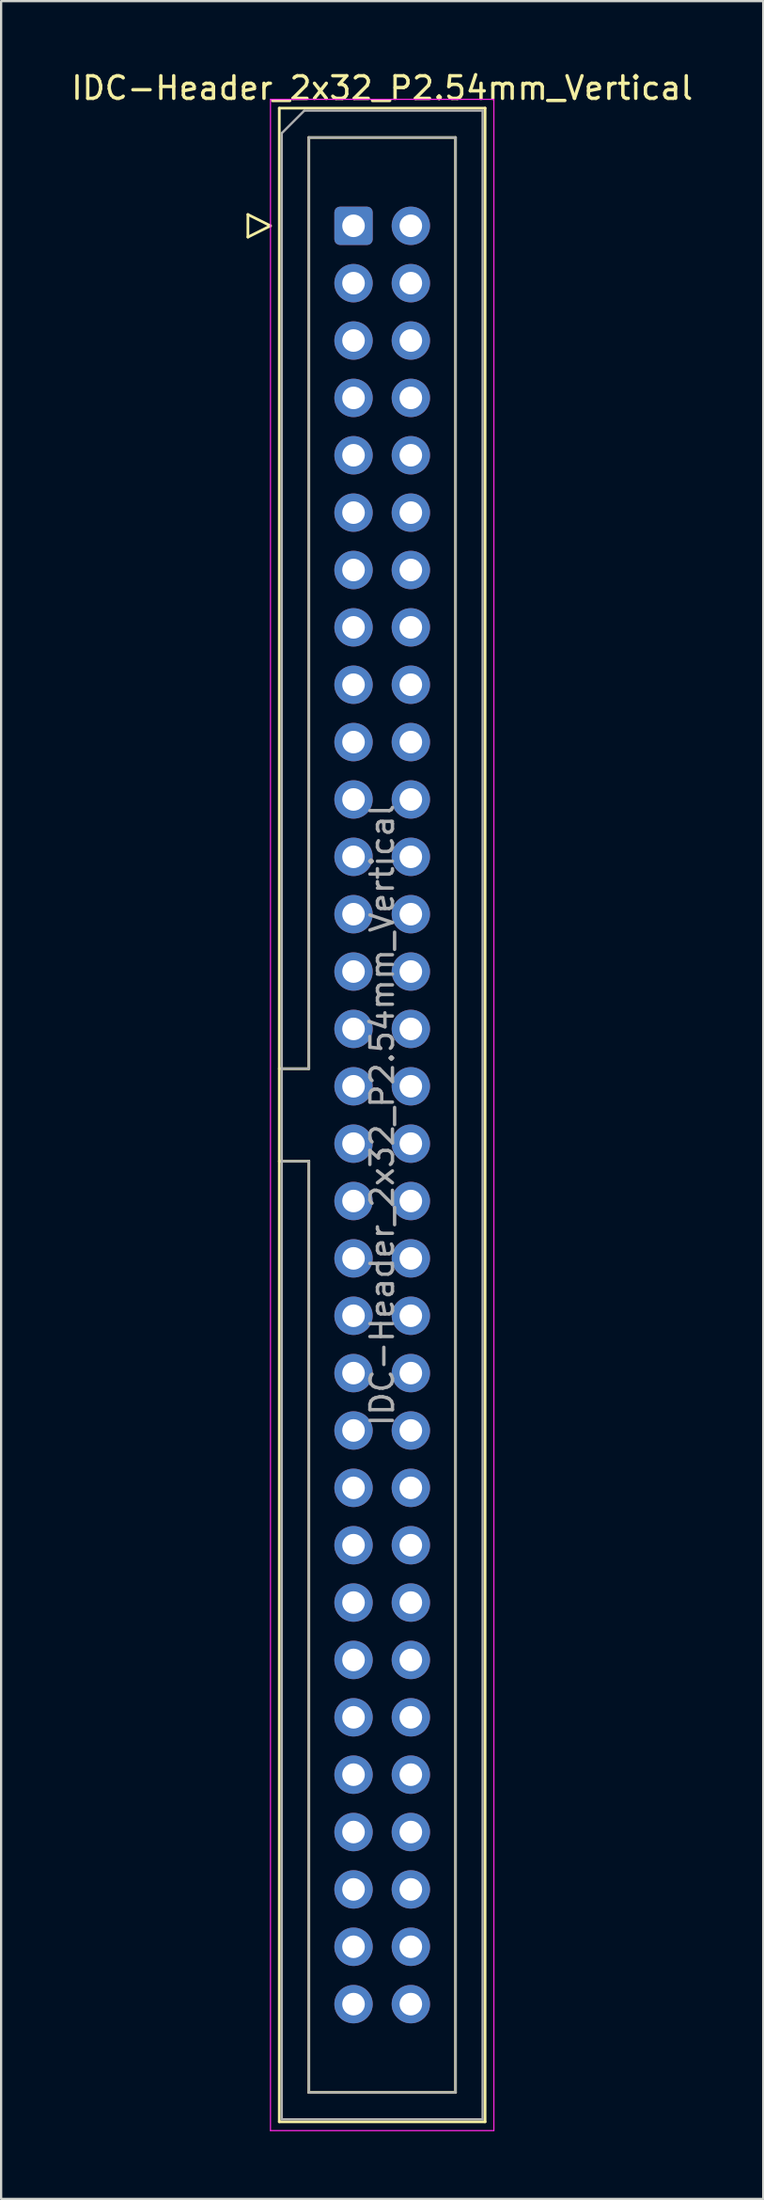
<source format=kicad_pcb>
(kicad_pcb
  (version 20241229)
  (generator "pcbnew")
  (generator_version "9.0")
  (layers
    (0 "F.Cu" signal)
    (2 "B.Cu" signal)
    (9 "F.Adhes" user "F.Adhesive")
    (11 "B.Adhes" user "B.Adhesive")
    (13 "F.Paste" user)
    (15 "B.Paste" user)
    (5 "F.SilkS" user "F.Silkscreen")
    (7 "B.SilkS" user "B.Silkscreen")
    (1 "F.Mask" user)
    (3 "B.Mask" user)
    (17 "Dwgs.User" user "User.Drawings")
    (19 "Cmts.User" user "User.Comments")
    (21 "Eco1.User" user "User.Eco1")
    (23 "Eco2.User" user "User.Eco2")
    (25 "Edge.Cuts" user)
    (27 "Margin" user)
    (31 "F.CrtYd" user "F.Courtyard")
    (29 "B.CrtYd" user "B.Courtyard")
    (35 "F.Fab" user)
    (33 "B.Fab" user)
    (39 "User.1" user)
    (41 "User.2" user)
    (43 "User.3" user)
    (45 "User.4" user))
  (footprint "IDC-Header_2x32_P2.54mm_Vertical"
    (layer "F.Cu")
    (at 12.617 6.948)
    (property "Reference" "IDC-Header_2x32_P2.54mm_Vertical" (at 1.27 -6.1 0) (layer "F.SilkS") (effects (font (size 1 1) (thickness 0.15))))
    (attr through_hole)
    (fp_line (start -4.68 -0.5) (end -4.68 0.5) (stroke (width 0.12) (type solid)) (layer "F.SilkS"))
    (fp_line (start -4.68 0.5) (end -3.68 0) (stroke (width 0.12) (type solid)) (layer "F.SilkS"))
    (fp_line (start -3.68 0) (end -4.68 -0.5) (stroke (width 0.12) (type solid)) (layer "F.SilkS"))
    (fp_line (start -3.29 -5.21) (end 5.83 -5.21) (stroke (width 0.12) (type solid)) (layer "F.SilkS"))
    (fp_line (start -3.29 37.32) (end -1.98 37.32) (stroke (width 0.12) (type solid)) (layer "F.SilkS"))
    (fp_line (start -3.29 83.95) (end -3.29 -5.21) (stroke (width 0.12) (type solid)) (layer "F.SilkS"))
    (fp_line (start -1.98 -3.91) (end 4.52 -3.91) (stroke (width 0.12) (type solid)) (layer "F.SilkS"))
    (fp_line (start -1.98 37.32) (end -1.98 -3.91) (stroke (width 0.12) (type solid)) (layer "F.SilkS"))
    (fp_line (start -1.98 41.42) (end -3.29 41.42) (stroke (width 0.12) (type solid)) (layer "F.SilkS"))
    (fp_line (start -1.98 41.42) (end -1.98 41.42) (stroke (width 0.12) (type solid)) (layer "F.SilkS"))
    (fp_line (start -1.98 82.65) (end -1.98 41.42) (stroke (width 0.12) (type solid)) (layer "F.SilkS"))
    (fp_line (start 4.52 -3.91) (end 4.52 82.65) (stroke (width 0.12) (type solid)) (layer "F.SilkS"))
    (fp_line (start 4.52 82.65) (end -1.98 82.65) (stroke (width 0.12) (type solid)) (layer "F.SilkS"))
    (fp_line (start 5.83 -5.21) (end 5.83 83.95) (stroke (width 0.12) (type solid)) (layer "F.SilkS"))
    (fp_line (start 5.83 83.95) (end -3.29 83.95) (stroke (width 0.12) (type solid)) (layer "F.SilkS"))
    (fp_line (start -3.68 -5.6) (end -3.68 84.34) (stroke (width 0.05) (type solid)) (layer "F.CrtYd"))
    (fp_line (start -3.68 84.34) (end 6.22 84.34) (stroke (width 0.05) (type solid)) (layer "F.CrtYd"))
    (fp_line (start 6.22 -5.6) (end -3.68 -5.6) (stroke (width 0.05) (type solid)) (layer "F.CrtYd"))
    (fp_line (start 6.22 84.34) (end 6.22 -5.6) (stroke (width 0.05) (type solid)) (layer "F.CrtYd"))
    (fp_line (start -3.18 -4.1) (end -2.18 -5.1) (stroke (width 0.1) (type solid)) (layer "F.Fab"))
    (fp_line (start -3.18 37.32) (end -1.98 37.32) (stroke (width 0.1) (type solid)) (layer "F.Fab"))
    (fp_line (start -3.18 83.84) (end -3.18 -4.1) (stroke (width 0.1) (type solid)) (layer "F.Fab"))
    (fp_line (start -2.18 -5.1) (end 5.72 -5.1) (stroke (width 0.1) (type solid)) (layer "F.Fab"))
    (fp_line (start -1.98 -3.91) (end 4.52 -3.91) (stroke (width 0.1) (type solid)) (layer "F.Fab"))
    (fp_line (start -1.98 37.32) (end -1.98 -3.91) (stroke (width 0.1) (type solid)) (layer "F.Fab"))
    (fp_line (start -1.98 41.42) (end -3.18 41.42) (stroke (width 0.1) (type solid)) (layer "F.Fab"))
    (fp_line (start -1.98 41.42) (end -1.98 41.42) (stroke (width 0.1) (type solid)) (layer "F.Fab"))
    (fp_line (start -1.98 82.65) (end -1.98 41.42) (stroke (width 0.1) (type solid)) (layer "F.Fab"))
    (fp_line (start 4.52 -3.91) (end 4.52 82.65) (stroke (width 0.1) (type solid)) (layer "F.Fab"))
    (fp_line (start 4.52 82.65) (end -1.98 82.65) (stroke (width 0.1) (type solid)) (layer "F.Fab"))
    (fp_line (start 5.72 -5.1) (end 5.72 83.84) (stroke (width 0.1) (type solid)) (layer "F.Fab"))
    (fp_line (start 5.72 83.84) (end -3.18 83.84) (stroke (width 0.1) (type solid)) (layer "F.Fab"))
    (fp_text user "${REFERENCE}" (at 1.27 39.37 90) (layer "F.Fab") (effects (font (size 1 1) (thickness 0.15))))
    (pad "1" thru_hole roundrect (at 0 0) (size 1.7 1.7) (drill 1) (layers "*.Cu" "*.Mask") (roundrect_rratio 0.147))
    (pad "2" thru_hole circle (at 2.54 0) (size 1.7 1.7) (drill 1) (layers "*.Cu" "*.Mask"))
    (pad "3" thru_hole circle (at 0 2.54) (size 1.7 1.7) (drill 1) (layers "*.Cu" "*.Mask"))
    (pad "4" thru_hole circle (at 2.54 2.54) (size 1.7 1.7) (drill 1) (layers "*.Cu" "*.Mask"))
    (pad "5" thru_hole circle (at 0 5.08) (size 1.7 1.7) (drill 1) (layers "*.Cu" "*.Mask"))
    (pad "6" thru_hole circle (at 2.54 5.08) (size 1.7 1.7) (drill 1) (layers "*.Cu" "*.Mask"))
    (pad "7" thru_hole circle (at 0 7.62) (size 1.7 1.7) (drill 1) (layers "*.Cu" "*.Mask"))
    (pad "8" thru_hole circle (at 2.54 7.62) (size 1.7 1.7) (drill 1) (layers "*.Cu" "*.Mask"))
    (pad "9" thru_hole circle (at 0 10.16) (size 1.7 1.7) (drill 1) (layers "*.Cu" "*.Mask"))
    (pad "10" thru_hole circle (at 2.54 10.16) (size 1.7 1.7) (drill 1) (layers "*.Cu" "*.Mask"))
    (pad "11" thru_hole circle (at 0 12.7) (size 1.7 1.7) (drill 1) (layers "*.Cu" "*.Mask"))
    (pad "12" thru_hole circle (at 2.54 12.7) (size 1.7 1.7) (drill 1) (layers "*.Cu" "*.Mask"))
    (pad "13" thru_hole circle (at 0 15.24) (size 1.7 1.7) (drill 1) (layers "*.Cu" "*.Mask"))
    (pad "14" thru_hole circle (at 2.54 15.24) (size 1.7 1.7) (drill 1) (layers "*.Cu" "*.Mask"))
    (pad "15" thru_hole circle (at 0 17.78) (size 1.7 1.7) (drill 1) (layers "*.Cu" "*.Mask"))
    (pad "16" thru_hole circle (at 2.54 17.78) (size 1.7 1.7) (drill 1) (layers "*.Cu" "*.Mask"))
    (pad "17" thru_hole circle (at 0 20.32) (size 1.7 1.7) (drill 1) (layers "*.Cu" "*.Mask"))
    (pad "18" thru_hole circle (at 2.54 20.32) (size 1.7 1.7) (drill 1) (layers "*.Cu" "*.Mask"))
    (pad "19" thru_hole circle (at 0 22.86) (size 1.7 1.7) (drill 1) (layers "*.Cu" "*.Mask"))
    (pad "20" thru_hole circle (at 2.54 22.86) (size 1.7 1.7) (drill 1) (layers "*.Cu" "*.Mask"))
    (pad "21" thru_hole circle (at 0 25.4) (size 1.7 1.7) (drill 1) (layers "*.Cu" "*.Mask"))
    (pad "22" thru_hole circle (at 2.54 25.4) (size 1.7 1.7) (drill 1) (layers "*.Cu" "*.Mask"))
    (pad "23" thru_hole circle (at 0 27.94) (size 1.7 1.7) (drill 1) (layers "*.Cu" "*.Mask"))
    (pad "24" thru_hole circle (at 2.54 27.94) (size 1.7 1.7) (drill 1) (layers "*.Cu" "*.Mask"))
    (pad "25" thru_hole circle (at 0 30.48) (size 1.7 1.7) (drill 1) (layers "*.Cu" "*.Mask"))
    (pad "26" thru_hole circle (at 2.54 30.48) (size 1.7 1.7) (drill 1) (layers "*.Cu" "*.Mask"))
    (pad "27" thru_hole circle (at 0 33.02) (size 1.7 1.7) (drill 1) (layers "*.Cu" "*.Mask"))
    (pad "28" thru_hole circle (at 2.54 33.02) (size 1.7 1.7) (drill 1) (layers "*.Cu" "*.Mask"))
    (pad "29" thru_hole circle (at 0 35.56) (size 1.7 1.7) (drill 1) (layers "*.Cu" "*.Mask"))
    (pad "30" thru_hole circle (at 2.54 35.56) (size 1.7 1.7) (drill 1) (layers "*.Cu" "*.Mask"))
    (pad "31" thru_hole circle (at 0 38.1) (size 1.7 1.7) (drill 1) (layers "*.Cu" "*.Mask"))
    (pad "32" thru_hole circle (at 2.54 38.1) (size 1.7 1.7) (drill 1) (layers "*.Cu" "*.Mask"))
    (pad "33" thru_hole circle (at 0 40.64) (size 1.7 1.7) (drill 1) (layers "*.Cu" "*.Mask"))
    (pad "34" thru_hole circle (at 2.54 40.64) (size 1.7 1.7) (drill 1) (layers "*.Cu" "*.Mask"))
    (pad "35" thru_hole circle (at 0 43.18) (size 1.7 1.7) (drill 1) (layers "*.Cu" "*.Mask"))
    (pad "36" thru_hole circle (at 2.54 43.18) (size 1.7 1.7) (drill 1) (layers "*.Cu" "*.Mask"))
    (pad "37" thru_hole circle (at 0 45.72) (size 1.7 1.7) (drill 1) (layers "*.Cu" "*.Mask"))
    (pad "38" thru_hole circle (at 2.54 45.72) (size 1.7 1.7) (drill 1) (layers "*.Cu" "*.Mask"))
    (pad "39" thru_hole circle (at 0 48.26) (size 1.7 1.7) (drill 1) (layers "*.Cu" "*.Mask"))
    (pad "40" thru_hole circle (at 2.54 48.26) (size 1.7 1.7) (drill 1) (layers "*.Cu" "*.Mask"))
    (pad "41" thru_hole circle (at 0 50.8) (size 1.7 1.7) (drill 1) (layers "*.Cu" "*.Mask"))
    (pad "42" thru_hole circle (at 2.54 50.8) (size 1.7 1.7) (drill 1) (layers "*.Cu" "*.Mask"))
    (pad "43" thru_hole circle (at 0 53.34) (size 1.7 1.7) (drill 1) (layers "*.Cu" "*.Mask"))
    (pad "44" thru_hole circle (at 2.54 53.34) (size 1.7 1.7) (drill 1) (layers "*.Cu" "*.Mask"))
    (pad "45" thru_hole circle (at 0 55.88) (size 1.7 1.7) (drill 1) (layers "*.Cu" "*.Mask"))
    (pad "46" thru_hole circle (at 2.54 55.88) (size 1.7 1.7) (drill 1) (layers "*.Cu" "*.Mask"))
    (pad "47" thru_hole circle (at 0 58.42) (size 1.7 1.7) (drill 1) (layers "*.Cu" "*.Mask"))
    (pad "48" thru_hole circle (at 2.54 58.42) (size 1.7 1.7) (drill 1) (layers "*.Cu" "*.Mask"))
    (pad "49" thru_hole circle (at 0 60.96) (size 1.7 1.7) (drill 1) (layers "*.Cu" "*.Mask"))
    (pad "50" thru_hole circle (at 2.54 60.96) (size 1.7 1.7) (drill 1) (layers "*.Cu" "*.Mask"))
    (pad "51" thru_hole circle (at 0 63.5) (size 1.7 1.7) (drill 1) (layers "*.Cu" "*.Mask"))
    (pad "52" thru_hole circle (at 2.54 63.5) (size 1.7 1.7) (drill 1) (layers "*.Cu" "*.Mask"))
    (pad "53" thru_hole circle (at 0 66.04) (size 1.7 1.7) (drill 1) (layers "*.Cu" "*.Mask"))
    (pad "54" thru_hole circle (at 2.54 66.04) (size 1.7 1.7) (drill 1) (layers "*.Cu" "*.Mask"))
    (pad "55" thru_hole circle (at 0 68.58) (size 1.7 1.7) (drill 1) (layers "*.Cu" "*.Mask"))
    (pad "56" thru_hole circle (at 2.54 68.58) (size 1.7 1.7) (drill 1) (layers "*.Cu" "*.Mask"))
    (pad "57" thru_hole circle (at 0 71.12) (size 1.7 1.7) (drill 1) (layers "*.Cu" "*.Mask"))
    (pad "58" thru_hole circle (at 2.54 71.12) (size 1.7 1.7) (drill 1) (layers "*.Cu" "*.Mask"))
    (pad "59" thru_hole circle (at 0 73.66) (size 1.7 1.7) (drill 1) (layers "*.Cu" "*.Mask"))
    (pad "60" thru_hole circle (at 2.54 73.66) (size 1.7 1.7) (drill 1) (layers "*.Cu" "*.Mask"))
    (pad "61" thru_hole circle (at 0 76.2) (size 1.7 1.7) (drill 1) (layers "*.Cu" "*.Mask"))
    (pad "62" thru_hole circle (at 2.54 76.2) (size 1.7 1.7) (drill 1) (layers "*.Cu" "*.Mask"))
    (pad "63" thru_hole circle (at 0 78.74) (size 1.7 1.7) (drill 1) (layers "*.Cu" "*.Mask"))
    (pad "64" thru_hole circle (at 2.54 78.74) (size 1.7 1.7) (drill 1) (layers "*.Cu" "*.Mask")))
  (gr_rect
    (start -3 -3)
    (end 30.774 94.313)
    (stroke (width 0.1) (type default))
    (fill no)
    (layer "Edge.Cuts")))
</source>
